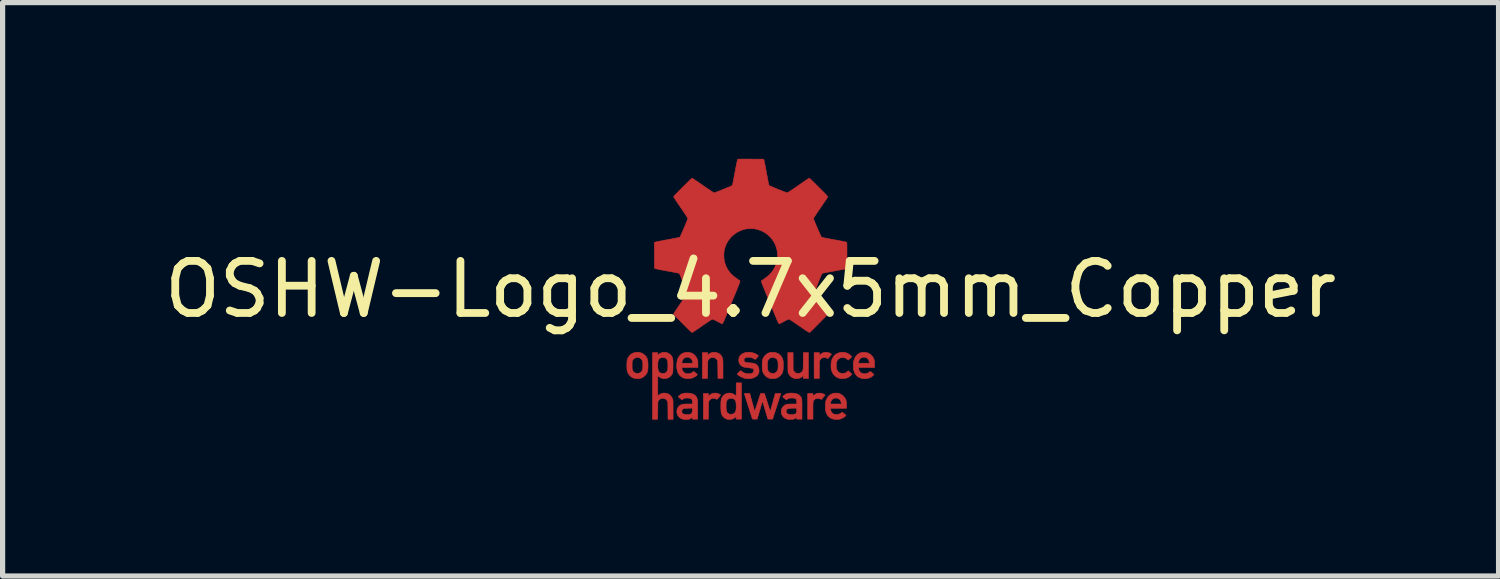
<source format=kicad_pcb>
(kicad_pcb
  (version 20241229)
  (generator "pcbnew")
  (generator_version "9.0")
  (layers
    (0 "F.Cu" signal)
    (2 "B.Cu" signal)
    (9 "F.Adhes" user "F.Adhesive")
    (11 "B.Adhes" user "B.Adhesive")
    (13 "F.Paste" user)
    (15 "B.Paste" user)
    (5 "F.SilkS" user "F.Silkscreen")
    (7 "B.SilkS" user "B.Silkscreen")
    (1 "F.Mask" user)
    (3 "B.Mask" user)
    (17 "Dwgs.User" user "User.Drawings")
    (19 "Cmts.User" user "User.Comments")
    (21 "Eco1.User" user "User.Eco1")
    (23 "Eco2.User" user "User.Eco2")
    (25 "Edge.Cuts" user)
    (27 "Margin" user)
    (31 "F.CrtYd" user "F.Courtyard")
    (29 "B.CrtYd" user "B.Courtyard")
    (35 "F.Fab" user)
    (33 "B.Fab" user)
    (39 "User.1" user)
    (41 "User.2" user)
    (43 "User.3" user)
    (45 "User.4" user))
  (footprint "OSHW-Logo_4.7x5mm_Copper"
    (layer "F.Cu")
    (at 11.363 2.505)
    (property "Reference" "OSHW-Logo_4.7x5mm_Copper" (at 0 0 0) (layer "F.SilkS") (effects (font (size 1 1) (thickness 0.15))))
    (attr exclude_from_pos_files exclude_from_bom)
    (fp_poly (pts (xy 1.366 1.998) (xy 1.391 2.006) (xy 1.414 2.018) (xy 1.423 2.024) (xy 1.432 2.032) (xy 1.396 2.074) (xy 1.384 2.088) (xy 1.373 2.101) (xy 1.365 2.11) (xy 1.361 2.115) (xy 1.36 2.116) (xy 1.357 2.114) (xy 1.349 2.111) (xy 1.338 2.105) (xy 1.314 2.097) (xy 1.289 2.094) (xy 1.265 2.098) (xy 1.243 2.106) (xy 1.224 2.121) (xy 1.22 2.126) (xy 1.215 2.132) (xy 1.211 2.138) (xy 1.207 2.145) (xy 1.205 2.153) (xy 1.202 2.163) (xy 1.201 2.176) (xy 1.199 2.192) (xy 1.199 2.211) (xy 1.198 2.236) (xy 1.198 2.266) (xy 1.198 2.302) (xy 1.198 2.334) (xy 1.198 2.494) (xy 1.096 2.494) (xy 1.096 2) (xy 1.198 2) (xy 1.198 2.052) (xy 1.216 2.035) (xy 1.242 2.015) (xy 1.272 2.001) (xy 1.305 1.994) (xy 1.34 1.994) (xy 1.366 1.998)) (stroke (width 0.01) (type solid)) (fill yes) (layer "F.Cu"))
    (fp_poly (pts (xy -0.637 1.998) (xy -0.606 2.01) (xy -0.58 2.026) (xy -0.578 2.028) (xy -0.577 2.031) (xy -0.579 2.036) (xy -0.585 2.044) (xy -0.593 2.055) (xy -0.606 2.071) (xy -0.618 2.085) (xy -0.629 2.098) (xy -0.637 2.107) (xy -0.642 2.113) (xy -0.642 2.113) (xy -0.647 2.113) (xy -0.655 2.11) (xy -0.666 2.105) (xy -0.69 2.096) (xy -0.717 2.094) (xy -0.744 2.098) (xy -0.745 2.099) (xy -0.759 2.105) (xy -0.773 2.116) (xy -0.786 2.13) (xy -0.797 2.144) (xy -0.802 2.154) (xy -0.803 2.159) (xy -0.804 2.167) (xy -0.805 2.179) (xy -0.806 2.194) (xy -0.807 2.214) (xy -0.807 2.239) (xy -0.808 2.269) (xy -0.808 2.306) (xy -0.808 2.331) (xy -0.81 2.494) (xy -0.907 2.494) (xy -0.907 2) (xy -0.809 2) (xy -0.809 2.051) (xy -0.791 2.035) (xy -0.764 2.015) (xy -0.734 2.002) (xy -0.702 1.994) (xy -0.67 1.993) (xy -0.637 1.998)) (stroke (width 0.01) (type solid)) (fill yes) (layer "F.Cu"))
    (fp_poly (pts (xy 1.491 1.214) (xy 1.522 1.226) (xy 1.528 1.229) (xy 1.541 1.236) (xy 1.548 1.242) (xy 1.551 1.248) (xy 1.547 1.256) (xy 1.539 1.267) (xy 1.534 1.273) (xy 1.522 1.287) (xy 1.51 1.302) (xy 1.5 1.314) (xy 1.498 1.315) (xy 1.483 1.332) (xy 1.461 1.321) (xy 1.446 1.314) (xy 1.433 1.311) (xy 1.418 1.31) (xy 1.391 1.313) (xy 1.368 1.322) (xy 1.35 1.336) (xy 1.335 1.356) (xy 1.333 1.36) (xy 1.323 1.381) (xy 1.321 1.546) (xy 1.319 1.711) (xy 1.272 1.712) (xy 1.254 1.713) (xy 1.239 1.712) (xy 1.228 1.712) (xy 1.222 1.711) (xy 1.222 1.711) (xy 1.222 1.707) (xy 1.221 1.696) (xy 1.221 1.68) (xy 1.221 1.657) (xy 1.22 1.63) (xy 1.22 1.599) (xy 1.22 1.564) (xy 1.22 1.526) (xy 1.22 1.486) (xy 1.22 1.462) (xy 1.22 1.216) (xy 1.321 1.216) (xy 1.321 1.268) (xy 1.339 1.251) (xy 1.365 1.231) (xy 1.394 1.218) (xy 1.426 1.21) (xy 1.458 1.209) (xy 1.491 1.214)) (stroke (width 0.01) (type solid)) (fill yes) (layer "F.Cu"))
    (fp_poly (pts (xy -0.664 1.213) (xy -0.634 1.222) (xy -0.606 1.235) (xy -0.581 1.254) (xy -0.561 1.278) (xy -0.55 1.296) (xy -0.545 1.305) (xy -0.542 1.313) (xy -0.539 1.321) (xy -0.536 1.329) (xy -0.534 1.339) (xy -0.533 1.352) (xy -0.532 1.367) (xy -0.531 1.385) (xy -0.53 1.408) (xy -0.53 1.435) (xy -0.53 1.468) (xy -0.53 1.507) (xy -0.53 1.533) (xy -0.53 1.713) (xy -0.627 1.713) (xy -0.629 1.551) (xy -0.629 1.51) (xy -0.63 1.476) (xy -0.63 1.447) (xy -0.631 1.424) (xy -0.632 1.405) (xy -0.633 1.39) (xy -0.635 1.379) (xy -0.637 1.369) (xy -0.64 1.362) (xy -0.644 1.355) (xy -0.648 1.349) (xy -0.653 1.342) (xy -0.654 1.342) (xy -0.671 1.326) (xy -0.693 1.316) (xy -0.719 1.311) (xy -0.747 1.312) (xy -0.771 1.319) (xy -0.79 1.331) (xy -0.807 1.35) (xy -0.811 1.358) (xy -0.822 1.377) (xy -0.826 1.711) (xy -0.926 1.713) (xy -0.926 1.216) (xy -0.824 1.216) (xy -0.824 1.266) (xy -0.809 1.252) (xy -0.784 1.232) (xy -0.756 1.219) (xy -0.726 1.211) (xy -0.695 1.209) (xy -0.664 1.213)) (stroke (width 0.01) (type solid)) (fill yes) (layer "F.Cu"))
    (fp_poly (pts (xy 0.817 1.382) (xy 0.818 1.548) (xy 0.828 1.567) (xy 0.843 1.588) (xy 0.862 1.603) (xy 0.885 1.612) (xy 0.912 1.615) (xy 0.914 1.615) (xy 0.94 1.612) (xy 0.964 1.603) (xy 0.983 1.588) (xy 0.99 1.58) (xy 0.994 1.573) (xy 0.998 1.567) (xy 1.002 1.561) (xy 1.004 1.553) (xy 1.006 1.544) (xy 1.008 1.533) (xy 1.009 1.518) (xy 1.01 1.499) (xy 1.011 1.476) (xy 1.011 1.448) (xy 1.011 1.413) (xy 1.012 1.377) (xy 1.013 1.216) (xy 1.111 1.216) (xy 1.111 1.713) (xy 1.013 1.713) (xy 1.013 1.658) (xy 0.997 1.672) (xy 0.97 1.693) (xy 0.939 1.707) (xy 0.907 1.715) (xy 0.873 1.717) (xy 0.84 1.711) (xy 0.83 1.708) (xy 0.798 1.694) (xy 0.77 1.673) (xy 0.747 1.648) (xy 0.729 1.617) (xy 0.725 1.609) (xy 0.723 1.604) (xy 0.722 1.599) (xy 0.721 1.594) (xy 0.719 1.588) (xy 0.719 1.579) (xy 0.718 1.569) (xy 0.717 1.555) (xy 0.717 1.537) (xy 0.717 1.515) (xy 0.716 1.488) (xy 0.716 1.455) (xy 0.716 1.415) (xy 0.716 1.402) (xy 0.715 1.216) (xy 0.816 1.216) (xy 0.817 1.382)) (stroke (width 0.01) (type solid)) (fill yes) (layer "F.Cu"))
    (fp_poly (pts (xy -1.203 1.21) (xy -1.164 1.215) (xy -1.128 1.227) (xy -1.097 1.245) (xy -1.069 1.269) (xy -1.046 1.298) (xy -1.028 1.332) (xy -1.021 1.348) (xy -1.018 1.36) (xy -1.015 1.37) (xy -1.013 1.38) (xy -1.012 1.392) (xy -1.012 1.408) (xy -1.011 1.429) (xy -1.011 1.439) (xy -1.011 1.501) (xy -1.164 1.502) (xy -1.318 1.503) (xy -1.318 1.517) (xy -1.314 1.541) (xy -1.304 1.565) (xy -1.29 1.586) (xy -1.271 1.603) (xy -1.255 1.612) (xy -1.243 1.616) (xy -1.232 1.619) (xy -1.218 1.62) (xy -1.203 1.62) (xy -1.175 1.619) (xy -1.151 1.613) (xy -1.129 1.602) (xy -1.111 1.59) (xy -1.092 1.575) (xy -1.055 1.607) (xy -1.019 1.638) (xy -1.04 1.658) (xy -1.071 1.681) (xy -1.107 1.699) (xy -1.145 1.711) (xy -1.185 1.717) (xy -1.226 1.716) (xy -1.259 1.711) (xy -1.294 1.7) (xy -1.326 1.683) (xy -1.354 1.66) (xy -1.377 1.633) (xy -1.392 1.607) (xy -1.405 1.572) (xy -1.414 1.533) (xy -1.419 1.491) (xy -1.419 1.449) (xy -1.415 1.406) (xy -1.415 1.405) (xy -1.318 1.405) (xy -1.318 1.419) (xy -1.11 1.419) (xy -1.112 1.402) (xy -1.12 1.372) (xy -1.131 1.348) (xy -1.148 1.328) (xy -1.167 1.316) (xy -1.193 1.306) (xy -1.219 1.304) (xy -1.244 1.307) (xy -1.267 1.317) (xy -1.285 1.332) (xy -1.3 1.35) (xy -1.31 1.371) (xy -1.317 1.393) (xy -1.318 1.405) (xy -1.415 1.405) (xy -1.408 1.366) (xy -1.395 1.33) (xy -1.391 1.32) (xy -1.371 1.287) (xy -1.347 1.259) (xy -1.319 1.237) (xy -1.287 1.222) (xy -1.252 1.212) (xy -1.214 1.209) (xy -1.203 1.21)) (stroke (width 0.01) (type solid)) (fill yes) (layer "F.Cu"))
    (fp_poly (pts (xy 1.799 1.211) (xy 1.837 1.22) (xy 1.873 1.236) (xy 1.907 1.258) (xy 1.92 1.269) (xy 1.931 1.28) (xy 1.939 1.289) (xy 1.944 1.294) (xy 1.945 1.296) (xy 1.942 1.299) (xy 1.934 1.306) (xy 1.924 1.316) (xy 1.911 1.328) (xy 1.909 1.329) (xy 1.875 1.36) (xy 1.858 1.346) (xy 1.835 1.328) (xy 1.812 1.317) (xy 1.786 1.312) (xy 1.779 1.311) (xy 1.747 1.312) (xy 1.719 1.319) (xy 1.695 1.332) (xy 1.676 1.35) (xy 1.661 1.375) (xy 1.65 1.404) (xy 1.648 1.417) (xy 1.645 1.437) (xy 1.645 1.46) (xy 1.646 1.485) (xy 1.648 1.508) (xy 1.651 1.528) (xy 1.653 1.534) (xy 1.665 1.561) (xy 1.681 1.583) (xy 1.702 1.599) (xy 1.727 1.61) (xy 1.757 1.615) (xy 1.779 1.615) (xy 1.804 1.611) (xy 1.827 1.603) (xy 1.848 1.589) (xy 1.857 1.581) (xy 1.875 1.565) (xy 1.91 1.597) (xy 1.923 1.609) (xy 1.934 1.619) (xy 1.942 1.627) (xy 1.945 1.631) (xy 1.945 1.631) (xy 1.943 1.635) (xy 1.936 1.643) (xy 1.926 1.652) (xy 1.914 1.663) (xy 1.901 1.673) (xy 1.89 1.681) (xy 1.886 1.684) (xy 1.859 1.698) (xy 1.832 1.708) (xy 1.803 1.713) (xy 1.777 1.715) (xy 1.744 1.715) (xy 1.718 1.712) (xy 1.713 1.711) (xy 1.676 1.7) (xy 1.643 1.682) (xy 1.614 1.658) (xy 1.589 1.629) (xy 1.569 1.595) (xy 1.554 1.556) (xy 1.551 1.544) (xy 1.547 1.524) (xy 1.545 1.498) (xy 1.544 1.47) (xy 1.545 1.441) (xy 1.547 1.413) (xy 1.55 1.389) (xy 1.553 1.377) (xy 1.567 1.337) (xy 1.586 1.302) (xy 1.609 1.272) (xy 1.637 1.248) (xy 1.67 1.23) (xy 1.707 1.217) (xy 1.718 1.214) (xy 1.759 1.209) (xy 1.799 1.211)) (stroke (width 0.01) (type solid)) (fill yes) (layer "F.Cu"))
    (fp_poly (pts (xy 1.676 1.996) (xy 1.711 2.006) (xy 1.743 2.021) (xy 1.773 2.042) (xy 1.797 2.067) (xy 1.817 2.097) (xy 1.82 2.103) (xy 1.83 2.127) (xy 1.837 2.153) (xy 1.842 2.182) (xy 1.843 2.215) (xy 1.843 2.236) (xy 1.842 2.285) (xy 1.688 2.286) (xy 1.534 2.287) (xy 1.536 2.306) (xy 1.543 2.334) (xy 1.555 2.359) (xy 1.572 2.379) (xy 1.595 2.394) (xy 1.599 2.396) (xy 1.61 2.4) (xy 1.622 2.403) (xy 1.636 2.404) (xy 1.65 2.404) (xy 1.678 2.402) (xy 1.702 2.396) (xy 1.724 2.385) (xy 1.742 2.374) (xy 1.761 2.359) (xy 1.794 2.387) (xy 1.808 2.398) (xy 1.819 2.408) (xy 1.827 2.415) (xy 1.831 2.418) (xy 1.831 2.422) (xy 1.825 2.429) (xy 1.816 2.439) (xy 1.804 2.449) (xy 1.79 2.459) (xy 1.775 2.468) (xy 1.762 2.476) (xy 1.745 2.483) (xy 1.726 2.49) (xy 1.71 2.495) (xy 1.708 2.495) (xy 1.682 2.499) (xy 1.654 2.5) (xy 1.626 2.499) (xy 1.601 2.496) (xy 1.599 2.495) (xy 1.563 2.485) (xy 1.533 2.471) (xy 1.507 2.452) (xy 1.491 2.436) (xy 1.476 2.417) (xy 1.463 2.395) (xy 1.452 2.37) (xy 1.446 2.35) (xy 1.442 2.338) (xy 1.44 2.327) (xy 1.438 2.316) (xy 1.437 2.303) (xy 1.436 2.287) (xy 1.436 2.267) (xy 1.436 2.252) (xy 1.436 2.219) (xy 1.437 2.203) (xy 1.534 2.203) (xy 1.743 2.203) (xy 1.741 2.184) (xy 1.734 2.156) (xy 1.722 2.131) (xy 1.705 2.112) (xy 1.684 2.098) (xy 1.659 2.09) (xy 1.648 2.088) (xy 1.621 2.089) (xy 1.596 2.096) (xy 1.575 2.109) (xy 1.557 2.127) (xy 1.544 2.15) (xy 1.537 2.177) (xy 1.536 2.184) (xy 1.534 2.203) (xy 1.437 2.203) (xy 1.438 2.192) (xy 1.44 2.169) (xy 1.445 2.148) (xy 1.451 2.129) (xy 1.46 2.108) (xy 1.464 2.101) (xy 1.484 2.068) (xy 1.508 2.041) (xy 1.537 2.02) (xy 1.57 2.004) (xy 1.606 1.995) (xy 1.639 1.993) (xy 1.676 1.996)) (stroke (width 0.01) (type solid)) (fill yes) (layer "F.Cu"))
    (fp_poly (pts (xy -2.124 1.214) (xy -2.09 1.225) (xy -2.059 1.242) (xy -2.031 1.264) (xy -2.029 1.267) (xy -2.012 1.285) (xy -1.998 1.304) (xy -1.988 1.324) (xy -1.98 1.347) (xy -1.975 1.373) (xy -1.971 1.403) (xy -1.97 1.439) (xy -1.969 1.461) (xy -1.97 1.501) (xy -1.972 1.535) (xy -1.976 1.563) (xy -1.982 1.588) (xy -1.991 1.609) (xy -2.003 1.629) (xy -2.018 1.647) (xy -2.029 1.659) (xy -2.057 1.683) (xy -2.089 1.701) (xy -2.121 1.711) (xy -2.139 1.714) (xy -2.161 1.716) (xy -2.185 1.716) (xy -2.206 1.715) (xy -2.22 1.713) (xy -2.254 1.702) (xy -2.285 1.686) (xy -2.313 1.663) (xy -2.337 1.636) (xy -2.356 1.605) (xy -2.368 1.571) (xy -2.371 1.563) (xy -2.373 1.548) (xy -2.374 1.529) (xy -2.375 1.505) (xy -2.376 1.482) (xy -2.275 1.482) (xy -2.275 1.507) (xy -2.273 1.528) (xy -2.269 1.545) (xy -2.264 1.559) (xy -2.258 1.571) (xy -2.255 1.575) (xy -2.24 1.592) (xy -2.22 1.605) (xy -2.197 1.613) (xy -2.172 1.615) (xy -2.147 1.612) (xy -2.134 1.608) (xy -2.111 1.596) (xy -2.093 1.578) (xy -2.08 1.556) (xy -2.079 1.554) (xy -2.076 1.54) (xy -2.073 1.52) (xy -2.07 1.497) (xy -2.069 1.472) (xy -2.069 1.447) (xy -2.07 1.423) (xy -2.072 1.402) (xy -2.072 1.401) (xy -2.08 1.372) (xy -2.091 1.348) (xy -2.108 1.33) (xy -2.129 1.318) (xy -2.154 1.311) (xy -2.172 1.31) (xy -2.201 1.313) (xy -2.225 1.322) (xy -2.244 1.337) (xy -2.26 1.357) (xy -2.264 1.364) (xy -2.267 1.372) (xy -2.27 1.379) (xy -2.272 1.386) (xy -2.273 1.396) (xy -2.274 1.408) (xy -2.275 1.425) (xy -2.275 1.448) (xy -2.275 1.45) (xy -2.275 1.482) (xy -2.376 1.482) (xy -2.376 1.479) (xy -2.376 1.452) (xy -2.375 1.426) (xy -2.374 1.401) (xy -2.373 1.38) (xy -2.37 1.364) (xy -2.369 1.357) (xy -2.359 1.327) (xy -2.345 1.301) (xy -2.326 1.277) (xy -2.321 1.27) (xy -2.293 1.246) (xy -2.262 1.228) (xy -2.229 1.216) (xy -2.194 1.209) (xy -2.159 1.208) (xy -2.124 1.214)) (stroke (width 0.01) (type solid)) (fill yes) (layer "F.Cu"))
    (fp_poly (pts (xy -0.174 2.494) (xy -0.276 2.494) (xy -0.276 2.447) (xy -0.299 2.464) (xy -0.314 2.474) (xy -0.33 2.483) (xy -0.343 2.49) (xy -0.344 2.49) (xy -0.364 2.496) (xy -0.388 2.499) (xy -0.413 2.5) (xy -0.437 2.498) (xy -0.449 2.495) (xy -0.472 2.487) (xy -0.492 2.477) (xy -0.511 2.462) (xy -0.522 2.452) (xy -0.534 2.438) (xy -0.544 2.425) (xy -0.552 2.412) (xy -0.559 2.396) (xy -0.563 2.379) (xy -0.567 2.358) (xy -0.569 2.332) (xy -0.57 2.302) (xy -0.571 2.266) (xy -0.571 2.247) (xy -0.47 2.247) (xy -0.469 2.282) (xy -0.467 2.311) (xy -0.463 2.334) (xy -0.457 2.353) (xy -0.448 2.368) (xy -0.437 2.379) (xy -0.423 2.389) (xy -0.421 2.39) (xy -0.41 2.395) (xy -0.401 2.398) (xy -0.39 2.399) (xy -0.376 2.399) (xy -0.37 2.398) (xy -0.354 2.398) (xy -0.342 2.396) (xy -0.333 2.393) (xy -0.323 2.388) (xy -0.321 2.386) (xy -0.304 2.372) (xy -0.291 2.352) (xy -0.282 2.325) (xy -0.279 2.308) (xy -0.277 2.291) (xy -0.277 2.27) (xy -0.276 2.247) (xy -0.277 2.223) (xy -0.278 2.199) (xy -0.28 2.179) (xy -0.283 2.164) (xy -0.284 2.158) (xy -0.295 2.134) (xy -0.309 2.116) (xy -0.327 2.103) (xy -0.349 2.096) (xy -0.374 2.094) (xy -0.401 2.097) (xy -0.424 2.105) (xy -0.442 2.119) (xy -0.455 2.138) (xy -0.464 2.163) (xy -0.465 2.166) (xy -0.467 2.179) (xy -0.469 2.197) (xy -0.47 2.219) (xy -0.47 2.244) (xy -0.47 2.247) (xy -0.571 2.247) (xy -0.571 2.207) (xy -0.57 2.174) (xy -0.568 2.147) (xy -0.565 2.124) (xy -0.561 2.105) (xy -0.555 2.088) (xy -0.548 2.074) (xy -0.539 2.061) (xy -0.528 2.048) (xy -0.522 2.042) (xy -0.503 2.024) (xy -0.484 2.012) (xy -0.464 2.003) (xy -0.448 1.998) (xy -0.414 1.993) (xy -0.38 1.995) (xy -0.348 2.003) (xy -0.317 2.019) (xy -0.294 2.035) (xy -0.286 2.042) (xy -0.28 2.046) (xy -0.278 2.047) (xy -0.277 2.044) (xy -0.277 2.034) (xy -0.277 2.018) (xy -0.276 1.998) (xy -0.276 1.974) (xy -0.276 1.946) (xy -0.276 1.922) (xy -0.276 1.797) (xy -0.174 1.797) (xy -0.174 2.494)) (stroke (width 0.01) (type solid)) (fill yes) (layer "F.Cu"))
    (fp_poly (pts (xy 2.202 1.211) (xy 2.238 1.218) (xy 2.272 1.232) (xy 2.303 1.251) (xy 2.329 1.276) (xy 2.351 1.305) (xy 2.367 1.338) (xy 2.376 1.366) (xy 2.378 1.383) (xy 2.38 1.407) (xy 2.381 1.437) (xy 2.381 1.445) (xy 2.381 1.503) (xy 2.073 1.503) (xy 2.073 1.513) (xy 2.075 1.529) (xy 2.08 1.548) (xy 2.088 1.566) (xy 2.097 1.582) (xy 2.1 1.585) (xy 2.11 1.595) (xy 2.124 1.605) (xy 2.133 1.61) (xy 2.144 1.615) (xy 2.154 1.618) (xy 2.165 1.62) (xy 2.18 1.621) (xy 2.189 1.621) (xy 2.205 1.62) (xy 2.218 1.619) (xy 2.228 1.617) (xy 2.238 1.613) (xy 2.25 1.607) (xy 2.265 1.6) (xy 2.278 1.592) (xy 2.288 1.585) (xy 2.289 1.585) (xy 2.3 1.575) (xy 2.334 1.604) (xy 2.347 1.616) (xy 2.358 1.626) (xy 2.366 1.633) (xy 2.369 1.637) (xy 2.369 1.637) (xy 2.367 1.641) (xy 2.361 1.648) (xy 2.351 1.657) (xy 2.339 1.667) (xy 2.327 1.677) (xy 2.316 1.684) (xy 2.311 1.687) (xy 2.288 1.699) (xy 2.266 1.707) (xy 2.241 1.712) (xy 2.213 1.715) (xy 2.2 1.715) (xy 2.178 1.716) (xy 2.161 1.715) (xy 2.147 1.714) (xy 2.134 1.711) (xy 2.128 1.71) (xy 2.091 1.697) (xy 2.059 1.678) (xy 2.032 1.654) (xy 2.01 1.625) (xy 1.993 1.591) (xy 1.98 1.551) (xy 1.979 1.548) (xy 1.975 1.524) (xy 1.973 1.495) (xy 1.973 1.464) (xy 1.974 1.433) (xy 1.975 1.419) (xy 2.072 1.419) (xy 2.28 1.419) (xy 2.278 1.399) (xy 2.272 1.372) (xy 2.261 1.349) (xy 2.244 1.329) (xy 2.224 1.314) (xy 2.222 1.313) (xy 2.21 1.309) (xy 2.198 1.306) (xy 2.182 1.305) (xy 2.176 1.305) (xy 2.16 1.305) (xy 2.148 1.307) (xy 2.138 1.31) (xy 2.127 1.316) (xy 2.106 1.331) (xy 2.09 1.352) (xy 2.079 1.378) (xy 2.074 1.4) (xy 2.072 1.419) (xy 1.975 1.419) (xy 1.976 1.403) (xy 1.98 1.378) (xy 1.981 1.375) (xy 1.994 1.334) (xy 2.012 1.299) (xy 2.034 1.27) (xy 2.06 1.246) (xy 2.09 1.228) (xy 2.124 1.216) (xy 2.162 1.21) (xy 2.163 1.21) (xy 2.202 1.211)) (stroke (width 0.01) (type solid)) (fill yes) (layer "F.Cu"))
    (fp_poly (pts (xy 0.476 1.215) (xy 0.511 1.226) (xy 0.542 1.243) (xy 0.57 1.266) (xy 0.582 1.279) (xy 0.596 1.298) (xy 0.607 1.316) (xy 0.615 1.335) (xy 0.621 1.357) (xy 0.626 1.382) (xy 0.628 1.412) (xy 0.629 1.448) (xy 0.629 1.463) (xy 0.628 1.502) (xy 0.626 1.536) (xy 0.622 1.564) (xy 0.616 1.589) (xy 0.607 1.61) (xy 0.595 1.63) (xy 0.58 1.648) (xy 0.57 1.658) (xy 0.542 1.683) (xy 0.512 1.7) (xy 0.479 1.711) (xy 0.442 1.716) (xy 0.425 1.716) (xy 0.409 1.716) (xy 0.396 1.715) (xy 0.386 1.715) (xy 0.385 1.714) (xy 0.351 1.705) (xy 0.319 1.689) (xy 0.291 1.668) (xy 0.266 1.642) (xy 0.246 1.612) (xy 0.232 1.579) (xy 0.23 1.572) (xy 0.227 1.558) (xy 0.225 1.538) (xy 0.224 1.514) (xy 0.223 1.487) (xy 0.223 1.463) (xy 0.323 1.463) (xy 0.323 1.492) (xy 0.324 1.515) (xy 0.327 1.533) (xy 0.33 1.548) (xy 0.335 1.561) (xy 0.341 1.572) (xy 0.342 1.574) (xy 0.359 1.592) (xy 0.379 1.605) (xy 0.403 1.613) (xy 0.429 1.615) (xy 0.455 1.611) (xy 0.466 1.608) (xy 0.487 1.596) (xy 0.504 1.579) (xy 0.518 1.558) (xy 0.522 1.549) (xy 0.524 1.536) (xy 0.526 1.519) (xy 0.528 1.497) (xy 0.528 1.473) (xy 0.528 1.449) (xy 0.528 1.425) (xy 0.526 1.404) (xy 0.524 1.387) (xy 0.521 1.376) (xy 0.511 1.354) (xy 0.499 1.338) (xy 0.482 1.326) (xy 0.473 1.321) (xy 0.461 1.315) (xy 0.452 1.312) (xy 0.442 1.311) (xy 0.429 1.311) (xy 0.42 1.311) (xy 0.403 1.312) (xy 0.391 1.314) (xy 0.381 1.318) (xy 0.371 1.323) (xy 0.353 1.338) (xy 0.338 1.358) (xy 0.328 1.381) (xy 0.327 1.387) (xy 0.326 1.397) (xy 0.324 1.412) (xy 0.324 1.432) (xy 0.323 1.453) (xy 0.323 1.463) (xy 0.223 1.463) (xy 0.223 1.459) (xy 0.223 1.431) (xy 0.224 1.405) (xy 0.226 1.382) (xy 0.228 1.364) (xy 0.23 1.354) (xy 0.239 1.329) (xy 0.25 1.307) (xy 0.264 1.286) (xy 0.283 1.267) (xy 0.31 1.243) (xy 0.338 1.226) (xy 0.368 1.215) (xy 0.402 1.21) (xy 0.437 1.21) (xy 0.476 1.215)) (stroke (width 0.01) (type solid)) (fill yes) (layer "F.Cu"))
    (fp_poly (pts (xy 0.321 2.168) (xy 0.332 2.201) (xy 0.342 2.233) (xy 0.351 2.262) (xy 0.359 2.287) (xy 0.366 2.308) (xy 0.372 2.325) (xy 0.376 2.336) (xy 0.377 2.34) (xy 0.377 2.34) (xy 0.379 2.338) (xy 0.382 2.329) (xy 0.386 2.315) (xy 0.392 2.295) (xy 0.399 2.271) (xy 0.407 2.243) (xy 0.416 2.212) (xy 0.425 2.179) (xy 0.427 2.173) (xy 0.474 2) (xy 0.528 2) (xy 0.549 2) (xy 0.564 2.001) (xy 0.574 2.001) (xy 0.579 2.003) (xy 0.58 2.004) (xy 0.578 2.009) (xy 0.575 2.019) (xy 0.57 2.035) (xy 0.563 2.057) (xy 0.554 2.083) (xy 0.545 2.113) (xy 0.534 2.147) (xy 0.522 2.184) (xy 0.51 2.223) (xy 0.501 2.251) (xy 0.423 2.494) (xy 0.332 2.492) (xy 0.281 2.32) (xy 0.271 2.286) (xy 0.262 2.254) (xy 0.253 2.226) (xy 0.245 2.201) (xy 0.239 2.181) (xy 0.233 2.165) (xy 0.23 2.155) (xy 0.228 2.151) (xy 0.228 2.151) (xy 0.227 2.155) (xy 0.224 2.165) (xy 0.219 2.181) (xy 0.212 2.202) (xy 0.205 2.227) (xy 0.196 2.256) (xy 0.187 2.287) (xy 0.177 2.321) (xy 0.176 2.324) (xy 0.126 2.494) (xy 0.081 2.494) (xy 0.064 2.493) (xy 0.05 2.493) (xy 0.04 2.492) (xy 0.035 2.491) (xy 0.035 2.491) (xy 0.034 2.487) (xy 0.03 2.477) (xy 0.025 2.461) (xy 0.018 2.44) (xy 0.01 2.415) (xy 0.001 2.387) (xy -0.009 2.356) (xy -0.019 2.322) (xy -0.03 2.288) (xy -0.042 2.252) (xy -0.053 2.217) (xy -0.064 2.182) (xy -0.075 2.148) (xy -0.085 2.116) (xy -0.094 2.087) (xy -0.102 2.061) (xy -0.109 2.039) (xy -0.114 2.022) (xy -0.118 2.01) (xy -0.12 2.004) (xy -0.12 2.004) (xy -0.116 2.002) (xy -0.106 2.001) (xy -0.089 2) (xy -0.068 2) (xy -0.015 2) (xy -0.008 2.026) (xy -0.006 2.036) (xy -0.001 2.051) (xy 0.004 2.071) (xy 0.011 2.096) (xy 0.019 2.124) (xy 0.027 2.155) (xy 0.036 2.187) (xy 0.038 2.197) (xy 0.047 2.228) (xy 0.055 2.257) (xy 0.062 2.282) (xy 0.068 2.304) (xy 0.073 2.322) (xy 0.077 2.334) (xy 0.079 2.34) (xy 0.08 2.341) (xy 0.081 2.338) (xy 0.085 2.328) (xy 0.09 2.313) (xy 0.097 2.293) (xy 0.105 2.268) (xy 0.114 2.24) (xy 0.124 2.209) (xy 0.135 2.176) (xy 0.137 2.171) (xy 0.191 2.002) (xy 0.229 2.001) (xy 0.267 2) (xy 0.321 2.168)) (stroke (width 0.01) (type solid)) (fill yes) (layer "F.Cu"))
    (fp_poly (pts (xy 0.013 1.213) (xy 0.049 1.221) (xy 0.075 1.229) (xy 0.086 1.234) (xy 0.099 1.241) (xy 0.113 1.249) (xy 0.127 1.258) (xy 0.139 1.265) (xy 0.148 1.272) (xy 0.152 1.276) (xy 0.152 1.276) (xy 0.15 1.28) (xy 0.144 1.287) (xy 0.135 1.298) (xy 0.125 1.31) (xy 0.115 1.322) (xy 0.105 1.332) (xy 0.097 1.341) (xy 0.091 1.346) (xy 0.09 1.347) (xy 0.086 1.345) (xy 0.077 1.34) (xy 0.066 1.334) (xy 0.039 1.32) (xy 0.014 1.311) (xy -0.014 1.307) (xy -0.04 1.305) (xy -0.058 1.305) (xy -0.071 1.306) (xy -0.08 1.308) (xy -0.089 1.31) (xy -0.096 1.314) (xy -0.112 1.325) (xy -0.122 1.339) (xy -0.126 1.355) (xy -0.125 1.37) (xy -0.118 1.385) (xy -0.106 1.396) (xy -0.089 1.404) (xy -0.088 1.404) (xy -0.079 1.406) (xy -0.065 1.408) (xy -0.047 1.41) (xy -0.027 1.411) (xy -0.018 1.412) (xy 0.017 1.415) (xy 0.046 1.419) (xy 0.069 1.424) (xy 0.087 1.43) (xy 0.092 1.433) (xy 0.118 1.449) (xy 0.137 1.471) (xy 0.152 1.497) (xy 0.16 1.527) (xy 0.163 1.561) (xy 0.163 1.57) (xy 0.161 1.588) (xy 0.159 1.602) (xy 0.155 1.614) (xy 0.151 1.623) (xy 0.136 1.647) (xy 0.115 1.668) (xy 0.088 1.686) (xy 0.058 1.7) (xy 0.024 1.71) (xy 0.021 1.711) (xy -0.004 1.715) (xy -0.033 1.716) (xy -0.062 1.716) (xy -0.09 1.713) (xy -0.102 1.711) (xy -0.135 1.702) (xy -0.17 1.688) (xy -0.204 1.67) (xy -0.234 1.65) (xy -0.248 1.639) (xy -0.259 1.629) (xy -0.189 1.56) (xy -0.172 1.575) (xy -0.15 1.591) (xy -0.123 1.605) (xy -0.095 1.615) (xy -0.089 1.617) (xy -0.069 1.62) (xy -0.045 1.622) (xy -0.021 1.622) (xy 0.001 1.62) (xy 0.014 1.617) (xy 0.035 1.608) (xy 0.05 1.595) (xy 0.06 1.579) (xy 0.063 1.562) (xy 0.061 1.544) (xy 0.057 1.535) (xy 0.052 1.529) (xy 0.043 1.523) (xy 0.031 1.519) (xy 0.015 1.515) (xy -0.007 1.511) (xy -0.034 1.508) (xy -0.046 1.507) (xy -0.076 1.503) (xy -0.101 1.5) (xy -0.121 1.496) (xy -0.137 1.491) (xy -0.151 1.485) (xy -0.165 1.478) (xy -0.172 1.473) (xy -0.193 1.455) (xy -0.21 1.432) (xy -0.221 1.405) (xy -0.227 1.376) (xy -0.227 1.346) (xy -0.223 1.327) (xy -0.219 1.311) (xy -0.214 1.296) (xy -0.209 1.287) (xy -0.192 1.265) (xy -0.169 1.245) (xy -0.142 1.23) (xy -0.111 1.218) (xy -0.096 1.214) (xy -0.062 1.21) (xy -0.025 1.209) (xy 0.013 1.213)) (stroke (width 0.01) (type solid)) (fill yes) (layer "F.Cu"))
    (fp_poly (pts (xy -1.179 1.995) (xy -1.14 2.002) (xy -1.105 2.013) (xy -1.077 2.029) (xy -1.053 2.049) (xy -1.036 2.074) (xy -1.024 2.103) (xy -1.02 2.123) (xy -1.019 2.132) (xy -1.018 2.148) (xy -1.018 2.169) (xy -1.017 2.195) (xy -1.017 2.226) (xy -1.017 2.26) (xy -1.016 2.297) (xy -1.016 2.32) (xy -1.016 2.494) (xy -1.118 2.494) (xy -1.118 2.452) (xy -1.131 2.466) (xy -1.142 2.475) (xy -1.153 2.484) (xy -1.158 2.486) (xy -1.176 2.493) (xy -1.199 2.498) (xy -1.226 2.5) (xy -1.253 2.5) (xy -1.28 2.498) (xy -1.294 2.495) (xy -1.326 2.485) (xy -1.354 2.469) (xy -1.378 2.449) (xy -1.396 2.425) (xy -1.409 2.397) (xy -1.416 2.367) (xy -1.416 2.343) (xy -1.322 2.343) (xy -1.319 2.36) (xy -1.314 2.372) (xy -1.304 2.385) (xy -1.29 2.394) (xy -1.272 2.401) (xy -1.249 2.404) (xy -1.22 2.405) (xy -1.21 2.405) (xy -1.19 2.404) (xy -1.176 2.403) (xy -1.166 2.401) (xy -1.156 2.397) (xy -1.152 2.395) (xy -1.139 2.388) (xy -1.131 2.378) (xy -1.125 2.366) (xy -1.121 2.349) (xy -1.119 2.327) (xy -1.119 2.32) (xy -1.117 2.282) (xy -1.193 2.284) (xy -1.223 2.285) (xy -1.247 2.286) (xy -1.265 2.288) (xy -1.279 2.291) (xy -1.29 2.295) (xy -1.299 2.3) (xy -1.307 2.307) (xy -1.311 2.312) (xy -1.319 2.326) (xy -1.322 2.343) (xy -1.416 2.343) (xy -1.416 2.335) (xy -1.415 2.325) (xy -1.407 2.293) (xy -1.393 2.266) (xy -1.373 2.243) (xy -1.348 2.225) (xy -1.317 2.211) (xy -1.313 2.21) (xy -1.305 2.208) (xy -1.297 2.206) (xy -1.286 2.205) (xy -1.273 2.204) (xy -1.256 2.204) (xy -1.234 2.203) (xy -1.206 2.203) (xy -1.118 2.203) (xy -1.118 2.17) (xy -1.119 2.146) (xy -1.123 2.127) (xy -1.13 2.112) (xy -1.142 2.102) (xy -1.158 2.095) (xy -1.18 2.091) (xy -1.208 2.089) (xy -1.22 2.089) (xy -1.239 2.089) (xy -1.253 2.09) (xy -1.264 2.091) (xy -1.272 2.093) (xy -1.28 2.096) (xy -1.282 2.097) (xy -1.294 2.104) (xy -1.302 2.111) (xy -1.305 2.115) (xy -1.31 2.121) (xy -1.314 2.123) (xy -1.318 2.121) (xy -1.326 2.116) (xy -1.337 2.107) (xy -1.35 2.098) (xy -1.363 2.088) (xy -1.374 2.078) (xy -1.384 2.071) (xy -1.389 2.066) (xy -1.39 2.065) (xy -1.388 2.06) (xy -1.382 2.052) (xy -1.372 2.043) (xy -1.36 2.033) (xy -1.347 2.023) (xy -1.336 2.016) (xy -1.331 2.013) (xy -1.302 2.002) (xy -1.268 1.995) (xy -1.23 1.993) (xy -1.225 1.993) (xy -1.179 1.995)) (stroke (width 0.01) (type solid)) (fill yes) (layer "F.Cu"))
    (fp_poly (pts (xy 0.829 1.995) (xy 0.868 2.002) (xy 0.902 2.013) (xy 0.931 2.029) (xy 0.953 2.05) (xy 0.97 2.074) (xy 0.981 2.103) (xy 0.983 2.112) (xy 0.984 2.121) (xy 0.985 2.137) (xy 0.986 2.16) (xy 0.987 2.19) (xy 0.987 2.227) (xy 0.987 2.271) (xy 0.987 2.312) (xy 0.987 2.494) (xy 0.886 2.494) (xy 0.886 2.455) (xy 0.869 2.47) (xy 0.856 2.481) (xy 0.842 2.489) (xy 0.824 2.494) (xy 0.803 2.498) (xy 0.775 2.499) (xy 0.773 2.499) (xy 0.752 2.5) (xy 0.735 2.499) (xy 0.721 2.497) (xy 0.706 2.494) (xy 0.704 2.494) (xy 0.672 2.482) (xy 0.646 2.466) (xy 0.624 2.446) (xy 0.606 2.42) (xy 0.601 2.41) (xy 0.596 2.399) (xy 0.593 2.389) (xy 0.591 2.379) (xy 0.59 2.367) (xy 0.59 2.349) (xy 0.59 2.348) (xy 0.59 2.343) (xy 0.684 2.343) (xy 0.687 2.363) (xy 0.697 2.379) (xy 0.713 2.392) (xy 0.735 2.401) (xy 0.736 2.401) (xy 0.751 2.404) (xy 0.771 2.406) (xy 0.793 2.406) (xy 0.815 2.404) (xy 0.835 2.401) (xy 0.85 2.398) (xy 0.854 2.396) (xy 0.867 2.388) (xy 0.876 2.378) (xy 0.881 2.365) (xy 0.885 2.347) (xy 0.886 2.323) (xy 0.886 2.32) (xy 0.886 2.283) (xy 0.832 2.283) (xy 0.794 2.284) (xy 0.763 2.286) (xy 0.738 2.289) (xy 0.718 2.294) (xy 0.703 2.301) (xy 0.693 2.31) (xy 0.687 2.322) (xy 0.684 2.336) (xy 0.684 2.343) (xy 0.59 2.343) (xy 0.59 2.331) (xy 0.591 2.318) (xy 0.593 2.308) (xy 0.596 2.298) (xy 0.601 2.287) (xy 0.618 2.26) (xy 0.639 2.238) (xy 0.666 2.22) (xy 0.695 2.208) (xy 0.701 2.207) (xy 0.709 2.206) (xy 0.723 2.205) (xy 0.742 2.204) (xy 0.765 2.204) (xy 0.789 2.203) (xy 0.801 2.203) (xy 0.886 2.203) (xy 0.886 2.166) (xy 0.885 2.144) (xy 0.882 2.127) (xy 0.877 2.115) (xy 0.869 2.106) (xy 0.858 2.099) (xy 0.854 2.097) (xy 0.845 2.093) (xy 0.836 2.091) (xy 0.825 2.09) (xy 0.81 2.089) (xy 0.791 2.089) (xy 0.767 2.089) (xy 0.748 2.091) (xy 0.733 2.094) (xy 0.721 2.099) (xy 0.71 2.106) (xy 0.704 2.111) (xy 0.69 2.124) (xy 0.653 2.096) (xy 0.639 2.085) (xy 0.628 2.076) (xy 0.619 2.069) (xy 0.615 2.065) (xy 0.615 2.065) (xy 0.617 2.061) (xy 0.623 2.054) (xy 0.632 2.045) (xy 0.643 2.035) (xy 0.656 2.026) (xy 0.667 2.018) (xy 0.677 2.012) (xy 0.709 2.001) (xy 0.746 1.995) (xy 0.784 1.993) (xy 0.829 1.995)) (stroke (width 0.01) (type solid)) (fill yes) (layer "F.Cu"))
    (fp_poly (pts (xy -1.627 1.211) (xy -1.596 1.22) (xy -1.567 1.234) (xy -1.542 1.253) (xy -1.52 1.276) (xy -1.506 1.3) (xy -1.501 1.313) (xy -1.497 1.326) (xy -1.494 1.341) (xy -1.491 1.358) (xy -1.49 1.379) (xy -1.489 1.404) (xy -1.489 1.435) (xy -1.489 1.471) (xy -1.489 1.484) (xy -1.49 1.519) (xy -1.491 1.547) (xy -1.492 1.57) (xy -1.494 1.589) (xy -1.497 1.605) (xy -1.501 1.617) (xy -1.506 1.629) (xy -1.513 1.639) (xy -1.52 1.649) (xy -1.544 1.676) (xy -1.571 1.695) (xy -1.601 1.708) (xy -1.634 1.715) (xy -1.643 1.716) (xy -1.673 1.716) (xy -1.701 1.71) (xy -1.728 1.699) (xy -1.755 1.682) (xy -1.763 1.676) (xy -1.782 1.662) (xy -1.782 2.048) (xy -1.768 2.035) (xy -1.756 2.026) (xy -1.742 2.017) (xy -1.732 2.011) (xy -1.7 1.999) (xy -1.668 1.993) (xy -1.635 1.994) (xy -1.604 2.001) (xy -1.575 2.013) (xy -1.549 2.031) (xy -1.526 2.054) (xy -1.508 2.081) (xy -1.495 2.112) (xy -1.493 2.118) (xy -1.492 2.124) (xy -1.491 2.133) (xy -1.49 2.146) (xy -1.489 2.162) (xy -1.489 2.184) (xy -1.489 2.21) (xy -1.488 2.242) (xy -1.488 2.281) (xy -1.488 2.317) (xy -1.488 2.497) (xy -1.586 2.497) (xy -1.587 2.335) (xy -1.588 2.291) (xy -1.588 2.253) (xy -1.589 2.223) (xy -1.589 2.199) (xy -1.59 2.18) (xy -1.591 2.167) (xy -1.593 2.16) (xy -1.593 2.159) (xy -1.604 2.136) (xy -1.62 2.118) (xy -1.641 2.104) (xy -1.665 2.096) (xy -1.684 2.094) (xy -1.711 2.097) (xy -1.733 2.105) (xy -1.752 2.118) (xy -1.767 2.137) (xy -1.77 2.142) (xy -1.78 2.161) (xy -1.784 2.495) (xy -1.834 2.496) (xy -1.884 2.497) (xy -1.884 1.481) (xy -1.782 1.481) (xy -1.781 1.508) (xy -1.778 1.531) (xy -1.774 1.55) (xy -1.768 1.567) (xy -1.766 1.572) (xy -1.754 1.59) (xy -1.739 1.603) (xy -1.72 1.611) (xy -1.697 1.614) (xy -1.684 1.615) (xy -1.668 1.615) (xy -1.655 1.613) (xy -1.644 1.609) (xy -1.637 1.606) (xy -1.623 1.597) (xy -1.611 1.585) (xy -1.602 1.571) (xy -1.596 1.552) (xy -1.591 1.529) (xy -1.589 1.5) (xy -1.588 1.465) (xy -1.589 1.426) (xy -1.592 1.395) (xy -1.598 1.369) (xy -1.606 1.348) (xy -1.617 1.333) (xy -1.631 1.322) (xy -1.649 1.315) (xy -1.671 1.312) (xy -1.679 1.311) (xy -1.706 1.312) (xy -1.728 1.317) (xy -1.746 1.328) (xy -1.761 1.345) (xy -1.772 1.367) (xy -1.775 1.377) (xy -1.777 1.387) (xy -1.779 1.398) (xy -1.78 1.414) (xy -1.781 1.434) (xy -1.781 1.447) (xy -1.782 1.481) (xy -1.884 1.481) (xy -1.884 1.216) (xy -1.782 1.216) (xy -1.782 1.264) (xy -1.767 1.25) (xy -1.749 1.238) (xy -1.728 1.226) (xy -1.705 1.217) (xy -1.691 1.213) (xy -1.659 1.209) (xy -1.627 1.211)) (stroke (width 0.01) (type solid)) (fill yes) (layer "F.Cu"))
    (fp_poly (pts (xy -0.092 -2.5) (xy -0.051 -2.5) (xy -0.004 -2.5) (xy 0.003 -2.5) (xy 0.248 -2.499) (xy 0.254 -2.49) (xy 0.256 -2.485) (xy 0.259 -2.475) (xy 0.263 -2.458) (xy 0.268 -2.436) (xy 0.273 -2.408) (xy 0.28 -2.373) (xy 0.288 -2.332) (xy 0.297 -2.284) (xy 0.303 -2.252) (xy 0.31 -2.212) (xy 0.318 -2.174) (xy 0.324 -2.138) (xy 0.33 -2.105) (xy 0.336 -2.076) (xy 0.341 -2.052) (xy 0.344 -2.032) (xy 0.347 -2.018) (xy 0.349 -2.011) (xy 0.349 -2.01) (xy 0.353 -2) (xy 0.359 -1.992) (xy 0.36 -1.991) (xy 0.365 -1.989) (xy 0.376 -1.984) (xy 0.392 -1.977) (xy 0.413 -1.968) (xy 0.438 -1.957) (xy 0.466 -1.946) (xy 0.497 -1.933) (xy 0.528 -1.92) (xy 0.571 -1.903) (xy 0.608 -1.888) (xy 0.639 -1.876) (xy 0.663 -1.867) (xy 0.682 -1.86) (xy 0.694 -1.856) (xy 0.701 -1.855) (xy 0.701 -1.855) (xy 0.705 -1.855) (xy 0.71 -1.857) (xy 0.716 -1.859) (xy 0.724 -1.864) (xy 0.734 -1.87) (xy 0.748 -1.879) (xy 0.765 -1.89) (xy 0.786 -1.904) (xy 0.812 -1.921) (xy 0.843 -1.942) (xy 0.872 -1.962) (xy 0.904 -1.984) (xy 0.935 -2.006) (xy 0.965 -2.026) (xy 0.993 -2.045) (xy 1.018 -2.063) (xy 1.04 -2.078) (xy 1.057 -2.089) (xy 1.069 -2.098) (xy 1.07 -2.099) (xy 1.09 -2.112) (xy 1.104 -2.122) (xy 1.115 -2.128) (xy 1.122 -2.131) (xy 1.128 -2.132) (xy 1.132 -2.131) (xy 1.136 -2.129) (xy 1.144 -2.121) (xy 1.156 -2.109) (xy 1.173 -2.094) (xy 1.192 -2.075) (xy 1.215 -2.053) (xy 1.24 -2.028) (xy 1.267 -2.001) (xy 1.295 -1.973) (xy 1.309 -1.959) (xy 1.344 -1.924) (xy 1.373 -1.895) (xy 1.398 -1.87) (xy 1.419 -1.849) (xy 1.436 -1.831) (xy 1.45 -1.817) (xy 1.461 -1.805) (xy 1.469 -1.796) (xy 1.474 -1.789) (xy 1.478 -1.784) (xy 1.48 -1.78) (xy 1.481 -1.777) (xy 1.481 -1.777) (xy 1.48 -1.773) (xy 1.477 -1.767) (xy 1.471 -1.757) (xy 1.463 -1.744) (xy 1.453 -1.727) (xy 1.439 -1.706) (xy 1.422 -1.681) (xy 1.401 -1.651) (xy 1.377 -1.615) (xy 1.349 -1.574) (xy 1.345 -1.568) (xy 1.316 -1.526) (xy 1.291 -1.49) (xy 1.27 -1.459) (xy 1.253 -1.433) (xy 1.239 -1.411) (xy 1.227 -1.394) (xy 1.219 -1.38) (xy 1.213 -1.37) (xy 1.21 -1.364) (xy 1.209 -1.36) (xy 1.209 -1.359) (xy 1.21 -1.353) (xy 1.214 -1.341) (xy 1.221 -1.324) (xy 1.229 -1.303) (xy 1.239 -1.278) (xy 1.25 -1.251) (xy 1.262 -1.222) (xy 1.275 -1.192) (xy 1.288 -1.162) (xy 1.301 -1.132) (xy 1.314 -1.103) (xy 1.326 -1.077) (xy 1.336 -1.053) (xy 1.346 -1.034) (xy 1.353 -1.018) (xy 1.359 -1.009) (xy 1.361 -1.005) (xy 1.363 -1.003) (xy 1.364 -1.002) (xy 1.366 -1) (xy 1.369 -0.999) (xy 1.373 -0.997) (xy 1.378 -0.996) (xy 1.386 -0.994) (xy 1.397 -0.991) (xy 1.411 -0.988) (xy 1.429 -0.985) (xy 1.451 -0.981) (xy 1.478 -0.976) (xy 1.511 -0.97) (xy 1.549 -0.962) (xy 1.594 -0.954) (xy 1.621 -0.949) (xy 1.665 -0.941) (xy 1.703 -0.934) (xy 1.735 -0.928) (xy 1.762 -0.923) (xy 1.783 -0.919) (xy 1.8 -0.915) (xy 1.814 -0.912) (xy 1.824 -0.91) (xy 1.831 -0.908) (xy 1.836 -0.906) (xy 1.84 -0.905) (xy 1.842 -0.903) (xy 1.844 -0.902) (xy 1.845 -0.9) (xy 1.847 -0.898) (xy 1.848 -0.895) (xy 1.848 -0.891) (xy 1.849 -0.884) (xy 1.85 -0.875) (xy 1.85 -0.863) (xy 1.851 -0.846) (xy 1.851 -0.826) (xy 1.851 -0.801) (xy 1.851 -0.771) (xy 1.851 -0.735) (xy 1.851 -0.693) (xy 1.851 -0.652) (xy 1.851 -0.408) (xy 1.843 -0.4) (xy 1.833 -0.395) (xy 1.817 -0.39) (xy 1.804 -0.387) (xy 1.756 -0.379) (xy 1.709 -0.37) (xy 1.663 -0.361) (xy 1.619 -0.353) (xy 1.577 -0.345) (xy 1.537 -0.338) (xy 1.501 -0.331) (xy 1.468 -0.325) (xy 1.44 -0.319) (xy 1.417 -0.315) (xy 1.4 -0.312) (xy 1.388 -0.309) (xy 1.384 -0.308) (xy 1.373 -0.302) (xy 1.367 -0.294) (xy 1.363 -0.286) (xy 1.357 -0.272) (xy 1.349 -0.253) (xy 1.34 -0.231) (xy 1.329 -0.205) (xy 1.318 -0.176) (xy 1.306 -0.146) (xy 1.294 -0.116) (xy 1.282 -0.085) (xy 1.27 -0.054) (xy 1.259 -0.025) (xy 1.249 0.002) (xy 1.24 0.025) (xy 1.232 0.045) (xy 1.227 0.061) (xy 1.223 0.071) (xy 1.222 0.075) (xy 1.225 0.087) (xy 1.229 0.097) (xy 1.271 0.157) (xy 1.309 0.212) (xy 1.343 0.262) (xy 1.374 0.307) (xy 1.401 0.347) (xy 1.424 0.382) (xy 1.443 0.412) (xy 1.459 0.435) (xy 1.47 0.454) (xy 1.477 0.466) (xy 1.481 0.473) (xy 1.481 0.474) (xy 1.48 0.477) (xy 1.478 0.481) (xy 1.474 0.486) (xy 1.468 0.494) (xy 1.46 0.503) (xy 1.448 0.516) (xy 1.434 0.531) (xy 1.416 0.55) (xy 1.394 0.572) (xy 1.368 0.599) (xy 1.337 0.63) (xy 1.311 0.656) (xy 1.277 0.69) (xy 1.249 0.719) (xy 1.224 0.744) (xy 1.203 0.765) (xy 1.186 0.782) (xy 1.172 0.795) (xy 1.161 0.806) (xy 1.152 0.814) (xy 1.145 0.82) (xy 1.14 0.824) (xy 1.136 0.826) (xy 1.132 0.827) (xy 1.13 0.828) (xy 1.129 0.828) (xy 1.125 0.827) (xy 1.12 0.825) (xy 1.114 0.822) (xy 1.105 0.817) (xy 1.093 0.81) (xy 1.078 0.8) (xy 1.059 0.788) (xy 1.036 0.773) (xy 1.009 0.754) (xy 0.977 0.732) (xy 0.939 0.706) (xy 0.931 0.701) (xy 0.891 0.673) (xy 0.856 0.649) (xy 0.826 0.629) (xy 0.802 0.613) (xy 0.781 0.599) (xy 0.765 0.589) (xy 0.753 0.582) (xy 0.744 0.577) (xy 0.738 0.574) (xy 0.735 0.573) (xy 0.728 0.575) (xy 0.715 0.581) (xy 0.697 0.589) (xy 0.673 0.601) (xy 0.645 0.616) (xy 0.639 0.619) (xy 0.613 0.633) (xy 0.592 0.644) (xy 0.576 0.652) (xy 0.564 0.658) (xy 0.556 0.661) (xy 0.55 0.662) (xy 0.546 0.662) (xy 0.545 0.662) (xy 0.543 0.661) (xy 0.541 0.658) (xy 0.538 0.654) (xy 0.535 0.648) (xy 0.531 0.639) (xy 0.525 0.627) (xy 0.518 0.612) (xy 0.51 0.594) (xy 0.501 0.572) (xy 0.49 0.546) (xy 0.477 0.515) (xy 0.462 0.479) (xy 0.445 0.438) (xy 0.426 0.392) (xy 0.404 0.34) (xy 0.38 0.281) (xy 0.369 0.256) (xy 0.342 0.19) (xy 0.318 0.131) (xy 0.296 0.078) (xy 0.277 0.031) (xy 0.26 -0.01) (xy 0.246 -0.046) (xy 0.233 -0.076) (xy 0.224 -0.101) (xy 0.216 -0.121) (xy 0.21 -0.136) (xy 0.207 -0.147) (xy 0.205 -0.153) (xy 0.205 -0.155) (xy 0.209 -0.162) (xy 0.217 -0.17) (xy 0.222 -0.173) (xy 0.26 -0.2) (xy 0.293 -0.224) (xy 0.321 -0.245) (xy 0.344 -0.264) (xy 0.357 -0.276) (xy 0.398 -0.32) (xy 0.434 -0.368) (xy 0.464 -0.421) (xy 0.488 -0.477) (xy 0.505 -0.537) (xy 0.511 -0.561) (xy 0.514 -0.586) (xy 0.516 -0.616) (xy 0.517 -0.649) (xy 0.516 -0.682) (xy 0.514 -0.713) (xy 0.51 -0.739) (xy 0.51 -0.74) (xy 0.495 -0.8) (xy 0.474 -0.857) (xy 0.447 -0.91) (xy 0.414 -0.959) (xy 0.376 -1.004) (xy 0.333 -1.045) (xy 0.286 -1.08) (xy 0.234 -1.11) (xy 0.178 -1.134) (xy 0.119 -1.152) (xy 0.115 -1.153) (xy 0.1 -1.157) (xy 0.087 -1.159) (xy 0.074 -1.161) (xy 0.059 -1.162) (xy 0.042 -1.163) (xy 0.019 -1.163) (xy 0.004 -1.163) (xy -0.024 -1.163) (xy -0.047 -1.162) (xy -0.064 -1.161) (xy -0.08 -1.16) (xy -0.093 -1.158) (xy -0.098 -1.157) (xy -0.158 -1.14) (xy -0.215 -1.117) (xy -0.268 -1.088) (xy -0.317 -1.054) (xy -0.362 -1.015) (xy -0.401 -0.971) (xy -0.436 -0.922) (xy -0.465 -0.87) (xy -0.487 -0.813) (xy -0.489 -0.807) (xy -0.5 -0.771) (xy -0.507 -0.737) (xy -0.511 -0.701) (xy -0.513 -0.662) (xy -0.513 -0.65) (xy -0.51 -0.588) (xy -0.5 -0.528) (xy -0.482 -0.471) (xy -0.459 -0.416) (xy -0.428 -0.364) (xy -0.412 -0.342) (xy -0.395 -0.32) (xy -0.377 -0.299) (xy -0.356 -0.279) (xy -0.333 -0.258) (xy -0.307 -0.237) (xy -0.275 -0.214) (xy -0.239 -0.188) (xy -0.218 -0.173) (xy -0.209 -0.166) (xy -0.203 -0.158) (xy -0.201 -0.155) (xy -0.202 -0.151) (xy -0.204 -0.144) (xy -0.208 -0.133) (xy -0.214 -0.117) (xy -0.222 -0.096) (xy -0.232 -0.071) (xy -0.244 -0.041) (xy -0.258 -0.005) (xy -0.275 0.036) (xy -0.294 0.083) (xy -0.316 0.136) (xy -0.341 0.196) (xy -0.366 0.256) (xy -0.391 0.317) (xy -0.414 0.372) (xy -0.434 0.421) (xy -0.452 0.464) (xy -0.467 0.501) (xy -0.481 0.534) (xy -0.493 0.562) (xy -0.503 0.586) (xy -0.512 0.606) (xy -0.519 0.622) (xy -0.525 0.634) (xy -0.53 0.644) (xy -0.533 0.652) (xy -0.536 0.657) (xy -0.539 0.66) (xy -0.54 0.662) (xy -0.541 0.662) (xy -0.545 0.662) (xy -0.55 0.661) (xy -0.558 0.658) (xy -0.569 0.654) (xy -0.584 0.646) (xy -0.603 0.636) (xy -0.628 0.623) (xy -0.635 0.619) (xy -0.665 0.603) (xy -0.69 0.591) (xy -0.709 0.582) (xy -0.723 0.576) (xy -0.731 0.574) (xy -0.731 0.574) (xy -0.736 0.575) (xy -0.743 0.578) (xy -0.753 0.583) (xy -0.766 0.592) (xy -0.784 0.603) (xy -0.806 0.618) (xy -0.833 0.636) (xy -0.866 0.659) (xy -0.88 0.668) (xy -0.924 0.698) (xy -0.961 0.724) (xy -0.994 0.747) (xy -1.022 0.766) (xy -1.045 0.782) (xy -1.065 0.795) (xy -1.081 0.805) (xy -1.093 0.814) (xy -1.103 0.82) (xy -1.111 0.825) (xy -1.116 0.828) (xy -1.12 0.83) (xy -1.122 0.831) (xy -1.124 0.831) (xy -1.124 0.831) (xy -1.128 0.829) (xy -1.136 0.821) (xy -1.149 0.81) (xy -1.165 0.794) (xy -1.184 0.776) (xy -1.207 0.754) (xy -1.232 0.729) (xy -1.259 0.702) (xy -1.288 0.674) (xy -1.304 0.658) (xy -1.339 0.623) (xy -1.368 0.593) (xy -1.394 0.568) (xy -1.415 0.546) (xy -1.432 0.528) (xy -1.446 0.514) (xy -1.457 0.502) (xy -1.466 0.493) (xy -1.471 0.486) (xy -1.475 0.48) (xy -1.477 0.477) (xy -1.477 0.474) (xy -1.476 0.47) (xy -1.472 0.463) (xy -1.466 0.452) (xy -1.457 0.438) (xy -1.445 0.419) (xy -1.429 0.395) (xy -1.411 0.367) (xy -1.388 0.334) (xy -1.361 0.295) (xy -1.348 0.275) (xy -1.321 0.235) (xy -1.297 0.2) (xy -1.277 0.171) (xy -1.26 0.146) (xy -1.247 0.126) (xy -1.237 0.11) (xy -1.229 0.097) (xy -1.223 0.087) (xy -1.22 0.08) (xy -1.219 0.076) (xy -1.218 0.075) (xy -1.22 0.07) (xy -1.223 0.059) (xy -1.229 0.042) (xy -1.237 0.022) (xy -1.246 -0.003) (xy -1.256 -0.03) (xy -1.268 -0.059) (xy -1.279 -0.09) (xy -1.292 -0.121) (xy -1.304 -0.152) (xy -1.316 -0.181) (xy -1.327 -0.209) (xy -1.337 -0.235) (xy -1.346 -0.257) (xy -1.354 -0.275) (xy -1.36 -0.288) (xy -1.363 -0.296) (xy -1.364 -0.296) (xy -1.371 -0.304) (xy -1.379 -0.308) (xy -1.384 -0.309) (xy -1.396 -0.312) (xy -1.413 -0.315) (xy -1.436 -0.32) (xy -1.463 -0.325) (xy -1.495 -0.331) (xy -1.529 -0.337) (xy -1.566 -0.344) (xy -1.605 -0.352) (xy -1.608 -0.352) (xy -1.659 -0.362) (xy -1.703 -0.37) (xy -1.741 -0.377) (xy -1.772 -0.383) (xy -1.797 -0.389) (xy -1.815 -0.393) (xy -1.828 -0.396) (xy -1.835 -0.398) (xy -1.837 -0.399) (xy -1.846 -0.405) (xy -1.847 -0.651) (xy -1.848 -0.896) (xy -1.839 -0.903) (xy -1.835 -0.905) (xy -1.827 -0.907) (xy -1.815 -0.91) (xy -1.799 -0.914) (xy -1.777 -0.918) (xy -1.75 -0.924) (xy -1.717 -0.93) (xy -1.677 -0.938) (xy -1.631 -0.946) (xy -1.608 -0.951) (xy -1.568 -0.958) (xy -1.53 -0.965) (xy -1.495 -0.972) (xy -1.463 -0.978) (xy -1.435 -0.983) (xy -1.412 -0.988) (xy -1.393 -0.991) (xy -1.38 -0.994) (xy -1.374 -0.995) (xy -1.374 -0.995) (xy -1.363 -1) (xy -1.355 -1.006) (xy -1.352 -1.011) (xy -1.347 -1.022) (xy -1.339 -1.038) (xy -1.33 -1.059) (xy -1.319 -1.084) (xy -1.306 -1.112) (xy -1.293 -1.143) (xy -1.279 -1.176) (xy -1.276 -1.182) (xy -1.259 -1.222) (xy -1.245 -1.256) (xy -1.233 -1.284) (xy -1.224 -1.307) (xy -1.217 -1.325) (xy -1.212 -1.339) (xy -1.208 -1.349) (xy -1.206 -1.357) (xy -1.206 -1.361) (xy -1.206 -1.362) (xy -1.208 -1.367) (xy -1.214 -1.378) (xy -1.223 -1.393) (xy -1.237 -1.414) (xy -1.254 -1.44) (xy -1.275 -1.472) (xy -1.3 -1.509) (xy -1.33 -1.552) (xy -1.342 -1.57) (xy -1.371 -1.613) (xy -1.396 -1.649) (xy -1.417 -1.681) (xy -1.435 -1.707) (xy -1.449 -1.729) (xy -1.46 -1.746) (xy -1.468 -1.759) (xy -1.474 -1.769) (xy -1.477 -1.775) (xy -1.477 -1.777) (xy -1.477 -1.78) (xy -1.475 -1.784) (xy -1.471 -1.789) (xy -1.465 -1.796) (xy -1.457 -1.805) (xy -1.446 -1.817) (xy -1.431 -1.832) (xy -1.414 -1.85) (xy -1.392 -1.872) (xy -1.367 -1.898) (xy -1.336 -1.928) (xy -1.306 -1.959) (xy -1.276 -1.988) (xy -1.248 -2.016) (xy -1.222 -2.041) (xy -1.198 -2.065) (xy -1.177 -2.085) (xy -1.159 -2.103) (xy -1.145 -2.116) (xy -1.135 -2.126) (xy -1.129 -2.131) (xy -1.128 -2.132) (xy -1.119 -2.132) (xy -1.113 -2.13) (xy -1.109 -2.127) (xy -1.1 -2.121) (xy -1.085 -2.111) (xy -1.066 -2.098) (xy -1.043 -2.082) (xy -1.016 -2.064) (xy -0.987 -2.044) (xy -0.956 -2.023) (xy -0.922 -2) (xy -0.909 -1.99) (xy -0.875 -1.967) (xy -0.842 -1.945) (xy -0.812 -1.924) (xy -0.784 -1.906) (xy -0.76 -1.889) (xy -0.739 -1.876) (xy -0.722 -1.865) (xy -0.71 -1.857) (xy -0.704 -1.853) (xy -0.703 -1.853) (xy -0.698 -1.853) (xy -0.689 -1.856) (xy -0.675 -1.86) (xy -0.656 -1.868) (xy -0.631 -1.877) (xy -0.6 -1.889) (xy -0.563 -1.904) (xy -0.534 -1.916) (xy -0.494 -1.932) (xy -0.461 -1.946) (xy -0.434 -1.957) (xy -0.411 -1.967) (xy -0.393 -1.974) (xy -0.379 -1.98) (xy -0.369 -1.985) (xy -0.361 -1.989) (xy -0.356 -1.992) (xy -0.352 -1.995) (xy -0.35 -1.997) (xy -0.349 -1.999) (xy -0.348 -2.001) (xy -0.347 -2.006) (xy -0.344 -2.017) (xy -0.341 -2.035) (xy -0.336 -2.057) (xy -0.331 -2.084) (xy -0.325 -2.116) (xy -0.318 -2.151) (xy -0.311 -2.188) (xy -0.304 -2.228) (xy -0.3 -2.247) (xy -0.291 -2.297) (xy -0.283 -2.34) (xy -0.276 -2.377) (xy -0.269 -2.408) (xy -0.264 -2.433) (xy -0.26 -2.453) (xy -0.256 -2.469) (xy -0.254 -2.481) (xy -0.251 -2.488) (xy -0.249 -2.493) (xy -0.249 -2.493) (xy -0.247 -2.495) (xy -0.246 -2.496) (xy -0.243 -2.497) (xy -0.239 -2.498) (xy -0.233 -2.499) (xy -0.224 -2.499) (xy -0.213 -2.5) (xy -0.198 -2.5) (xy -0.178 -2.5) (xy -0.155 -2.5) (xy -0.126 -2.5) (xy -0.092 -2.5)) (stroke (width 0.01) (type solid)) (fill yes) (layer "F.Cu")))
  (gr_rect
    (start -3 -3)
    (end 25.726 8.011)
    (stroke (width 0.1) (type default))
    (fill no)
    (layer "Edge.Cuts")))
</source>
